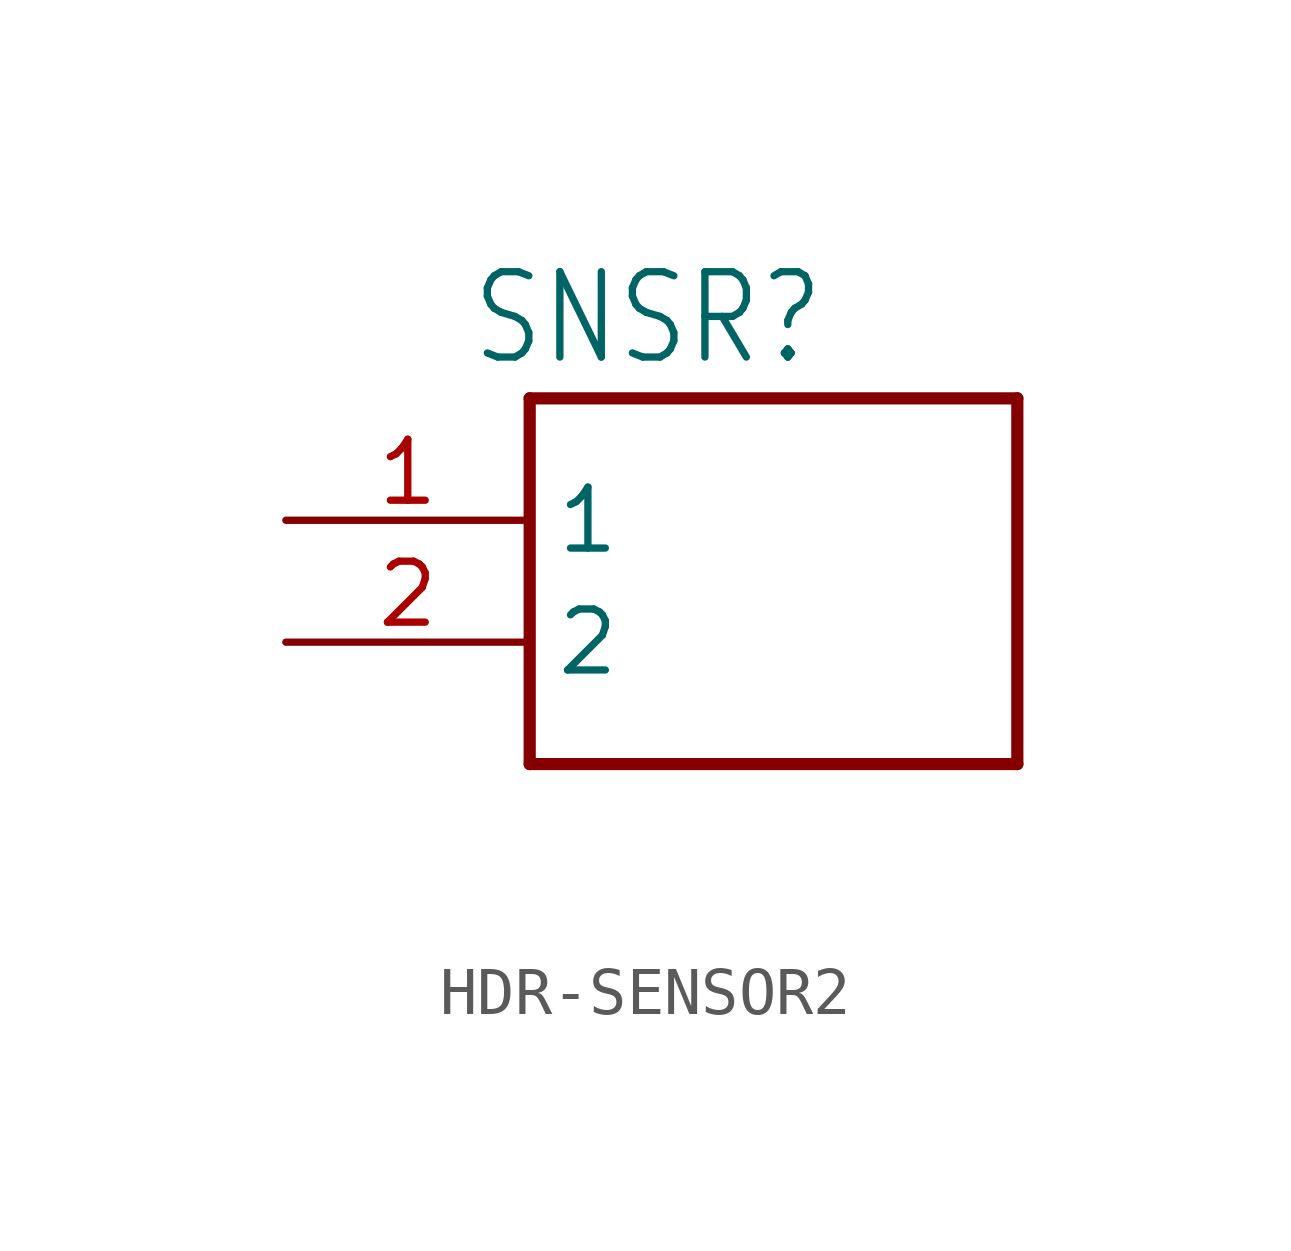
<source format=kicad_sym>
(kicad_symbol_lib
  (version 20220914)
  (generator kicad_symbol_editor)
  (symbol "HDR-SENSOR2"
    (property "Reference" "SNSR"
      (at -3.81 5.715 0)
      (effects (font (size 1.778 1.511)) (justify left bottom)))
    (property "Value" ""
      (at -3.81 -5.08 0)
      (effects (font (size 1.778 1.511)) (justify left bottom)))
    (property "ki_locked" ""
      (at 0 0 0)
      (effects (font (size 1.27 1.27))))
    (symbol "HDR-SENSOR2_1_0"
      (polyline (pts (xy -2.54 -2.54) (xy 7.62 -2.54)) (stroke (width 0.254) (type solid)) (fill (type none)))
      (polyline (pts (xy -2.54 5.08) (xy -2.54 -2.54)) (stroke (width 0.254) (type solid)) (fill (type none)))
      (polyline (pts (xy 7.62 -2.54) (xy 7.62 5.08)) (stroke (width 0.254) (type solid)) (fill (type none)))
      (polyline (pts (xy 7.62 5.08) (xy -2.54 5.08)) (stroke (width 0.254) (type solid)) (fill (type none)))
      (pin bidirectional line (at -7.62 2.54 0) (length 5.08) (name "1" (effects (font (size 1.27 1.27)))) (number "1" (effects (font (size 1.27 1.27)))))
      (pin bidirectional line (at -7.62 0 0) (length 5.08) (name "2" (effects (font (size 1.27 1.27)))) (number "2" (effects (font (size 1.27 1.27))))))))
</source>
